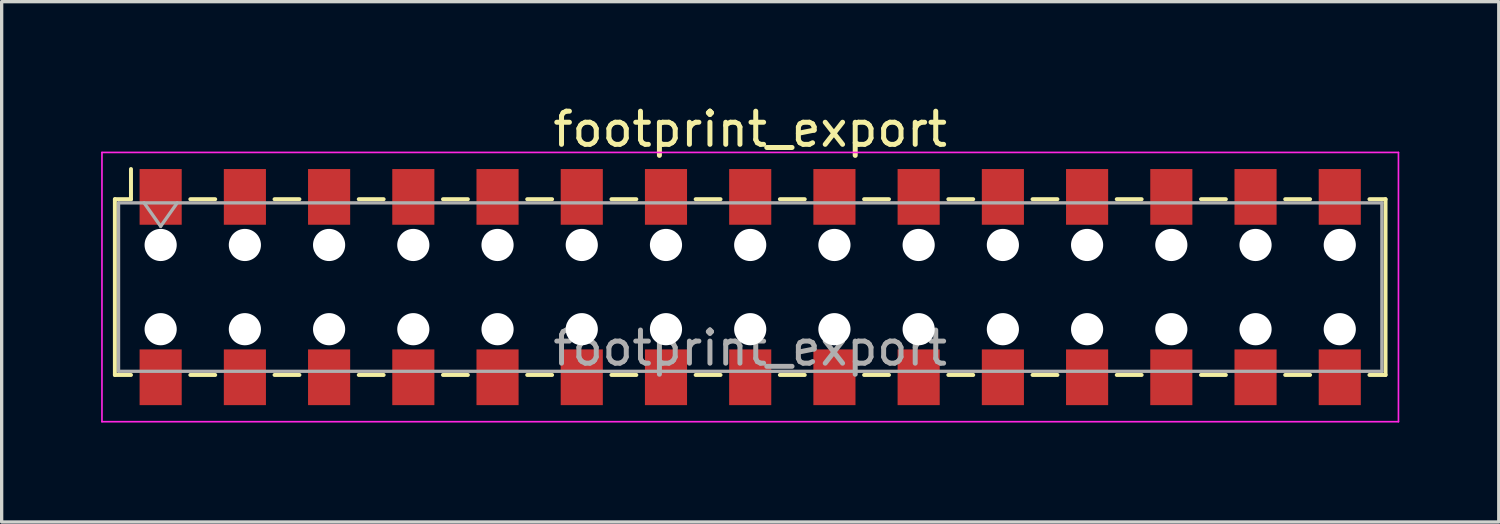
<source format=kicad_pcb>
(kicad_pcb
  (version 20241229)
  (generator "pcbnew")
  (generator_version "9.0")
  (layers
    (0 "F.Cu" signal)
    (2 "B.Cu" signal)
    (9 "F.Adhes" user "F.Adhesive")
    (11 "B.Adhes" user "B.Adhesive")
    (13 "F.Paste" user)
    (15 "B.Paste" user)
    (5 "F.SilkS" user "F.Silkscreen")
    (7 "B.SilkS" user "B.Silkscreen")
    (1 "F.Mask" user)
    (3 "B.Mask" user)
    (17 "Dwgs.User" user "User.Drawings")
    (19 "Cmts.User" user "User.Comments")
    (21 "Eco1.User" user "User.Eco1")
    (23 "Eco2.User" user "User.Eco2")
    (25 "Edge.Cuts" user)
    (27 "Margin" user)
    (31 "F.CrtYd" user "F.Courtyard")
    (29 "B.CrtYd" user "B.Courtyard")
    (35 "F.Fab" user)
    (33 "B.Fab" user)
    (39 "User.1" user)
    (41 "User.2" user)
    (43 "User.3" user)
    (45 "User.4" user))
  (footprint "footprint_export"
    (layer "F.Cu")
    (at 19.575 5.608)
    (property "Reference" "footprint_export" (at 0 -4.76 0) (layer "F.SilkS") (effects (font (size 1 1) (thickness 0.15))))
    (attr smd)
    (fp_line (start -19.16 -2.65) (end -19.16 2.65) (stroke (width 0.12) (type solid)) (layer "F.SilkS"))
    (fp_line (start -19.16 2.65) (end -18.675 2.65) (stroke (width 0.12) (type solid)) (layer "F.SilkS"))
    (fp_line (start -18.675 -3.56) (end -18.675 -2.65) (stroke (width 0.12) (type solid)) (layer "F.SilkS"))
    (fp_line (start -18.675 -2.65) (end -19.16 -2.65) (stroke (width 0.12) (type solid)) (layer "F.SilkS"))
    (fp_line (start -16.885 -2.65) (end -16.135 -2.65) (stroke (width 0.12) (type solid)) (layer "F.SilkS"))
    (fp_line (start -16.885 2.65) (end -16.135 2.65) (stroke (width 0.12) (type solid)) (layer "F.SilkS"))
    (fp_line (start -14.345 -2.65) (end -13.595 -2.65) (stroke (width 0.12) (type solid)) (layer "F.SilkS"))
    (fp_line (start -14.345 2.65) (end -13.595 2.65) (stroke (width 0.12) (type solid)) (layer "F.SilkS"))
    (fp_line (start -11.805 -2.65) (end -11.055 -2.65) (stroke (width 0.12) (type solid)) (layer "F.SilkS"))
    (fp_line (start -11.805 2.65) (end -11.055 2.65) (stroke (width 0.12) (type solid)) (layer "F.SilkS"))
    (fp_line (start -9.265 -2.65) (end -8.515 -2.65) (stroke (width 0.12) (type solid)) (layer "F.SilkS"))
    (fp_line (start -9.265 2.65) (end -8.515 2.65) (stroke (width 0.12) (type solid)) (layer "F.SilkS"))
    (fp_line (start -6.725 -2.65) (end -5.975 -2.65) (stroke (width 0.12) (type solid)) (layer "F.SilkS"))
    (fp_line (start -6.725 2.65) (end -5.975 2.65) (stroke (width 0.12) (type solid)) (layer "F.SilkS"))
    (fp_line (start -4.185 -2.65) (end -3.435 -2.65) (stroke (width 0.12) (type solid)) (layer "F.SilkS"))
    (fp_line (start -4.185 2.65) (end -3.435 2.65) (stroke (width 0.12) (type solid)) (layer "F.SilkS"))
    (fp_line (start -1.645 -2.65) (end -0.895 -2.65) (stroke (width 0.12) (type solid)) (layer "F.SilkS"))
    (fp_line (start -1.645 2.65) (end -0.895 2.65) (stroke (width 0.12) (type solid)) (layer "F.SilkS"))
    (fp_line (start 0.895 -2.65) (end 1.645 -2.65) (stroke (width 0.12) (type solid)) (layer "F.SilkS"))
    (fp_line (start 0.895 2.65) (end 1.645 2.65) (stroke (width 0.12) (type solid)) (layer "F.SilkS"))
    (fp_line (start 3.435 -2.65) (end 4.185 -2.65) (stroke (width 0.12) (type solid)) (layer "F.SilkS"))
    (fp_line (start 3.435 2.65) (end 4.185 2.65) (stroke (width 0.12) (type solid)) (layer "F.SilkS"))
    (fp_line (start 5.975 -2.65) (end 6.725 -2.65) (stroke (width 0.12) (type solid)) (layer "F.SilkS"))
    (fp_line (start 5.975 2.65) (end 6.725 2.65) (stroke (width 0.12) (type solid)) (layer "F.SilkS"))
    (fp_line (start 8.515 -2.65) (end 9.265 -2.65) (stroke (width 0.12) (type solid)) (layer "F.SilkS"))
    (fp_line (start 8.515 2.65) (end 9.265 2.65) (stroke (width 0.12) (type solid)) (layer "F.SilkS"))
    (fp_line (start 11.055 -2.65) (end 11.805 -2.65) (stroke (width 0.12) (type solid)) (layer "F.SilkS"))
    (fp_line (start 11.055 2.65) (end 11.805 2.65) (stroke (width 0.12) (type solid)) (layer "F.SilkS"))
    (fp_line (start 13.595 -2.65) (end 14.345 -2.65) (stroke (width 0.12) (type solid)) (layer "F.SilkS"))
    (fp_line (start 13.595 2.65) (end 14.345 2.65) (stroke (width 0.12) (type solid)) (layer "F.SilkS"))
    (fp_line (start 16.135 -2.65) (end 16.885 -2.65) (stroke (width 0.12) (type solid)) (layer "F.SilkS"))
    (fp_line (start 16.135 2.65) (end 16.885 2.65) (stroke (width 0.12) (type solid)) (layer "F.SilkS"))
    (fp_line (start 18.675 -2.65) (end 19.16 -2.65) (stroke (width 0.12) (type solid)) (layer "F.SilkS"))
    (fp_line (start 19.16 -2.65) (end 19.16 2.65) (stroke (width 0.12) (type solid)) (layer "F.SilkS"))
    (fp_line (start 19.16 2.65) (end 18.675 2.65) (stroke (width 0.12) (type solid)) (layer "F.SilkS"))
    (fp_line (start -19.55 -4.06) (end 19.55 -4.06) (stroke (width 0.05) (type solid)) (layer "F.CrtYd"))
    (fp_line (start -19.55 4.06) (end -19.55 -4.06) (stroke (width 0.05) (type solid)) (layer "F.CrtYd"))
    (fp_line (start 19.55 -4.06) (end 19.55 4.06) (stroke (width 0.05) (type solid)) (layer "F.CrtYd"))
    (fp_line (start 19.55 4.06) (end -19.55 4.06) (stroke (width 0.05) (type solid)) (layer "F.CrtYd"))
    (fp_line (start -19.05 -2.54) (end 19.05 -2.54) (stroke (width 0.1) (type solid)) (layer "F.Fab"))
    (fp_line (start -19.05 2.54) (end -19.05 -2.54) (stroke (width 0.1) (type solid)) (layer "F.Fab"))
    (fp_line (start -18.28 -2.54) (end -17.78 -1.833) (stroke (width 0.1) (type solid)) (layer "F.Fab"))
    (fp_line (start -17.78 -1.833) (end -17.28 -2.54) (stroke (width 0.1) (type solid)) (layer "F.Fab"))
    (fp_line (start 19.05 -2.54) (end 19.05 2.54) (stroke (width 0.1) (type solid)) (layer "F.Fab"))
    (fp_line (start 19.05 2.54) (end -19.05 2.54) (stroke (width 0.1) (type solid)) (layer "F.Fab"))
    (fp_text user "${REFERENCE}" (at 0 1.84 0) (layer "F.Fab") (effects (font (size 1 1) (thickness 0.15))))
    (pad "" np_thru_hole circle (at -17.78 -1.27) (size 0.97 0.97) (drill 0.97) (layers "*.Cu" "*.Mask"))
    (pad "" np_thru_hole circle (at -17.78 1.27) (size 0.97 0.97) (drill 0.97) (layers "*.Cu" "*.Mask"))
    (pad "" np_thru_hole circle (at -15.24 -1.27) (size 0.97 0.97) (drill 0.97) (layers "*.Cu" "*.Mask"))
    (pad "" np_thru_hole circle (at -15.24 1.27) (size 0.97 0.97) (drill 0.97) (layers "*.Cu" "*.Mask"))
    (pad "" np_thru_hole circle (at -12.7 -1.27) (size 0.97 0.97) (drill 0.97) (layers "*.Cu" "*.Mask"))
    (pad "" np_thru_hole circle (at -12.7 1.27) (size 0.97 0.97) (drill 0.97) (layers "*.Cu" "*.Mask"))
    (pad "" np_thru_hole circle (at -10.16 -1.27) (size 0.97 0.97) (drill 0.97) (layers "*.Cu" "*.Mask"))
    (pad "" np_thru_hole circle (at -10.16 1.27) (size 0.97 0.97) (drill 0.97) (layers "*.Cu" "*.Mask"))
    (pad "" np_thru_hole circle (at -7.62 -1.27) (size 0.97 0.97) (drill 0.97) (layers "*.Cu" "*.Mask"))
    (pad "" np_thru_hole circle (at -7.62 1.27) (size 0.97 0.97) (drill 0.97) (layers "*.Cu" "*.Mask"))
    (pad "" np_thru_hole circle (at -5.08 -1.27) (size 0.97 0.97) (drill 0.97) (layers "*.Cu" "*.Mask"))
    (pad "" np_thru_hole circle (at -5.08 1.27) (size 0.97 0.97) (drill 0.97) (layers "*.Cu" "*.Mask"))
    (pad "" np_thru_hole circle (at -2.54 -1.27) (size 0.97 0.97) (drill 0.97) (layers "*.Cu" "*.Mask"))
    (pad "" np_thru_hole circle (at -2.54 1.27) (size 0.97 0.97) (drill 0.97) (layers "*.Cu" "*.Mask"))
    (pad "" np_thru_hole circle (at 0 -1.27) (size 0.97 0.97) (drill 0.97) (layers "*.Cu" "*.Mask"))
    (pad "" np_thru_hole circle (at 0 1.27) (size 0.97 0.97) (drill 0.97) (layers "*.Cu" "*.Mask"))
    (pad "" np_thru_hole circle (at 2.54 -1.27) (size 0.97 0.97) (drill 0.97) (layers "*.Cu" "*.Mask"))
    (pad "" np_thru_hole circle (at 2.54 1.27) (size 0.97 0.97) (drill 0.97) (layers "*.Cu" "*.Mask"))
    (pad "" np_thru_hole circle (at 5.08 -1.27) (size 0.97 0.97) (drill 0.97) (layers "*.Cu" "*.Mask"))
    (pad "" np_thru_hole circle (at 5.08 1.27) (size 0.97 0.97) (drill 0.97) (layers "*.Cu" "*.Mask"))
    (pad "" np_thru_hole circle (at 7.62 -1.27) (size 0.97 0.97) (drill 0.97) (layers "*.Cu" "*.Mask"))
    (pad "" np_thru_hole circle (at 7.62 1.27) (size 0.97 0.97) (drill 0.97) (layers "*.Cu" "*.Mask"))
    (pad "" np_thru_hole circle (at 10.16 -1.27) (size 0.97 0.97) (drill 0.97) (layers "*.Cu" "*.Mask"))
    (pad "" np_thru_hole circle (at 10.16 1.27) (size 0.97 0.97) (drill 0.97) (layers "*.Cu" "*.Mask"))
    (pad "" np_thru_hole circle (at 12.7 -1.27) (size 0.97 0.97) (drill 0.97) (layers "*.Cu" "*.Mask"))
    (pad "" np_thru_hole circle (at 12.7 1.27) (size 0.97 0.97) (drill 0.97) (layers "*.Cu" "*.Mask"))
    (pad "" np_thru_hole circle (at 15.24 -1.27) (size 0.97 0.97) (drill 0.97) (layers "*.Cu" "*.Mask"))
    (pad "" np_thru_hole circle (at 15.24 1.27) (size 0.97 0.97) (drill 0.97) (layers "*.Cu" "*.Mask"))
    (pad "" np_thru_hole circle (at 17.78 -1.27) (size 0.97 0.97) (drill 0.97) (layers "*.Cu" "*.Mask"))
    (pad "" np_thru_hole circle (at 17.78 1.27) (size 0.97 0.97) (drill 0.97) (layers "*.Cu" "*.Mask"))
    (pad "1" smd rect (at -17.78 -2.72) (size 1.27 1.68) (layers "F.Cu" "F.Mask" "F.Paste"))
    (pad "2" smd rect (at -17.78 2.72) (size 1.27 1.68) (layers "F.Cu" "F.Mask" "F.Paste"))
    (pad "3" smd rect (at -15.24 -2.72) (size 1.27 1.68) (layers "F.Cu" "F.Mask" "F.Paste"))
    (pad "4" smd rect (at -15.24 2.72) (size 1.27 1.68) (layers "F.Cu" "F.Mask" "F.Paste"))
    (pad "5" smd rect (at -12.7 -2.72) (size 1.27 1.68) (layers "F.Cu" "F.Mask" "F.Paste"))
    (pad "6" smd rect (at -12.7 2.72) (size 1.27 1.68) (layers "F.Cu" "F.Mask" "F.Paste"))
    (pad "7" smd rect (at -10.16 -2.72) (size 1.27 1.68) (layers "F.Cu" "F.Mask" "F.Paste"))
    (pad "8" smd rect (at -10.16 2.72) (size 1.27 1.68) (layers "F.Cu" "F.Mask" "F.Paste"))
    (pad "9" smd rect (at -7.62 -2.72) (size 1.27 1.68) (layers "F.Cu" "F.Mask" "F.Paste"))
    (pad "10" smd rect (at -7.62 2.72) (size 1.27 1.68) (layers "F.Cu" "F.Mask" "F.Paste"))
    (pad "11" smd rect (at -5.08 -2.72) (size 1.27 1.68) (layers "F.Cu" "F.Mask" "F.Paste"))
    (pad "12" smd rect (at -5.08 2.72) (size 1.27 1.68) (layers "F.Cu" "F.Mask" "F.Paste"))
    (pad "13" smd rect (at -2.54 -2.72) (size 1.27 1.68) (layers "F.Cu" "F.Mask" "F.Paste"))
    (pad "14" smd rect (at -2.54 2.72) (size 1.27 1.68) (layers "F.Cu" "F.Mask" "F.Paste"))
    (pad "15" smd rect (at 0 -2.72) (size 1.27 1.68) (layers "F.Cu" "F.Mask" "F.Paste"))
    (pad "16" smd rect (at 0 2.72) (size 1.27 1.68) (layers "F.Cu" "F.Mask" "F.Paste"))
    (pad "17" smd rect (at 2.54 -2.72) (size 1.27 1.68) (layers "F.Cu" "F.Mask" "F.Paste"))
    (pad "18" smd rect (at 2.54 2.72) (size 1.27 1.68) (layers "F.Cu" "F.Mask" "F.Paste"))
    (pad "19" smd rect (at 5.08 -2.72) (size 1.27 1.68) (layers "F.Cu" "F.Mask" "F.Paste"))
    (pad "20" smd rect (at 5.08 2.72) (size 1.27 1.68) (layers "F.Cu" "F.Mask" "F.Paste"))
    (pad "21" smd rect (at 7.62 -2.72) (size 1.27 1.68) (layers "F.Cu" "F.Mask" "F.Paste"))
    (pad "22" smd rect (at 7.62 2.72) (size 1.27 1.68) (layers "F.Cu" "F.Mask" "F.Paste"))
    (pad "23" smd rect (at 10.16 -2.72) (size 1.27 1.68) (layers "F.Cu" "F.Mask" "F.Paste"))
    (pad "24" smd rect (at 10.16 2.72) (size 1.27 1.68) (layers "F.Cu" "F.Mask" "F.Paste"))
    (pad "25" smd rect (at 12.7 -2.72) (size 1.27 1.68) (layers "F.Cu" "F.Mask" "F.Paste"))
    (pad "26" smd rect (at 12.7 2.72) (size 1.27 1.68) (layers "F.Cu" "F.Mask" "F.Paste"))
    (pad "27" smd rect (at 15.24 -2.72) (size 1.27 1.68) (layers "F.Cu" "F.Mask" "F.Paste"))
    (pad "28" smd rect (at 15.24 2.72) (size 1.27 1.68) (layers "F.Cu" "F.Mask" "F.Paste"))
    (pad "29" smd rect (at 17.78 -2.72) (size 1.27 1.68) (layers "F.Cu" "F.Mask" "F.Paste"))
    (pad "30" smd rect (at 17.78 2.72) (size 1.27 1.68) (layers "F.Cu" "F.Mask" "F.Paste")))
  (gr_rect
    (start -3 -3)
    (end 42.15 12.693)
    (stroke (width 0.1) (type default))
    (fill no)
    (layer "Edge.Cuts")))
</source>
